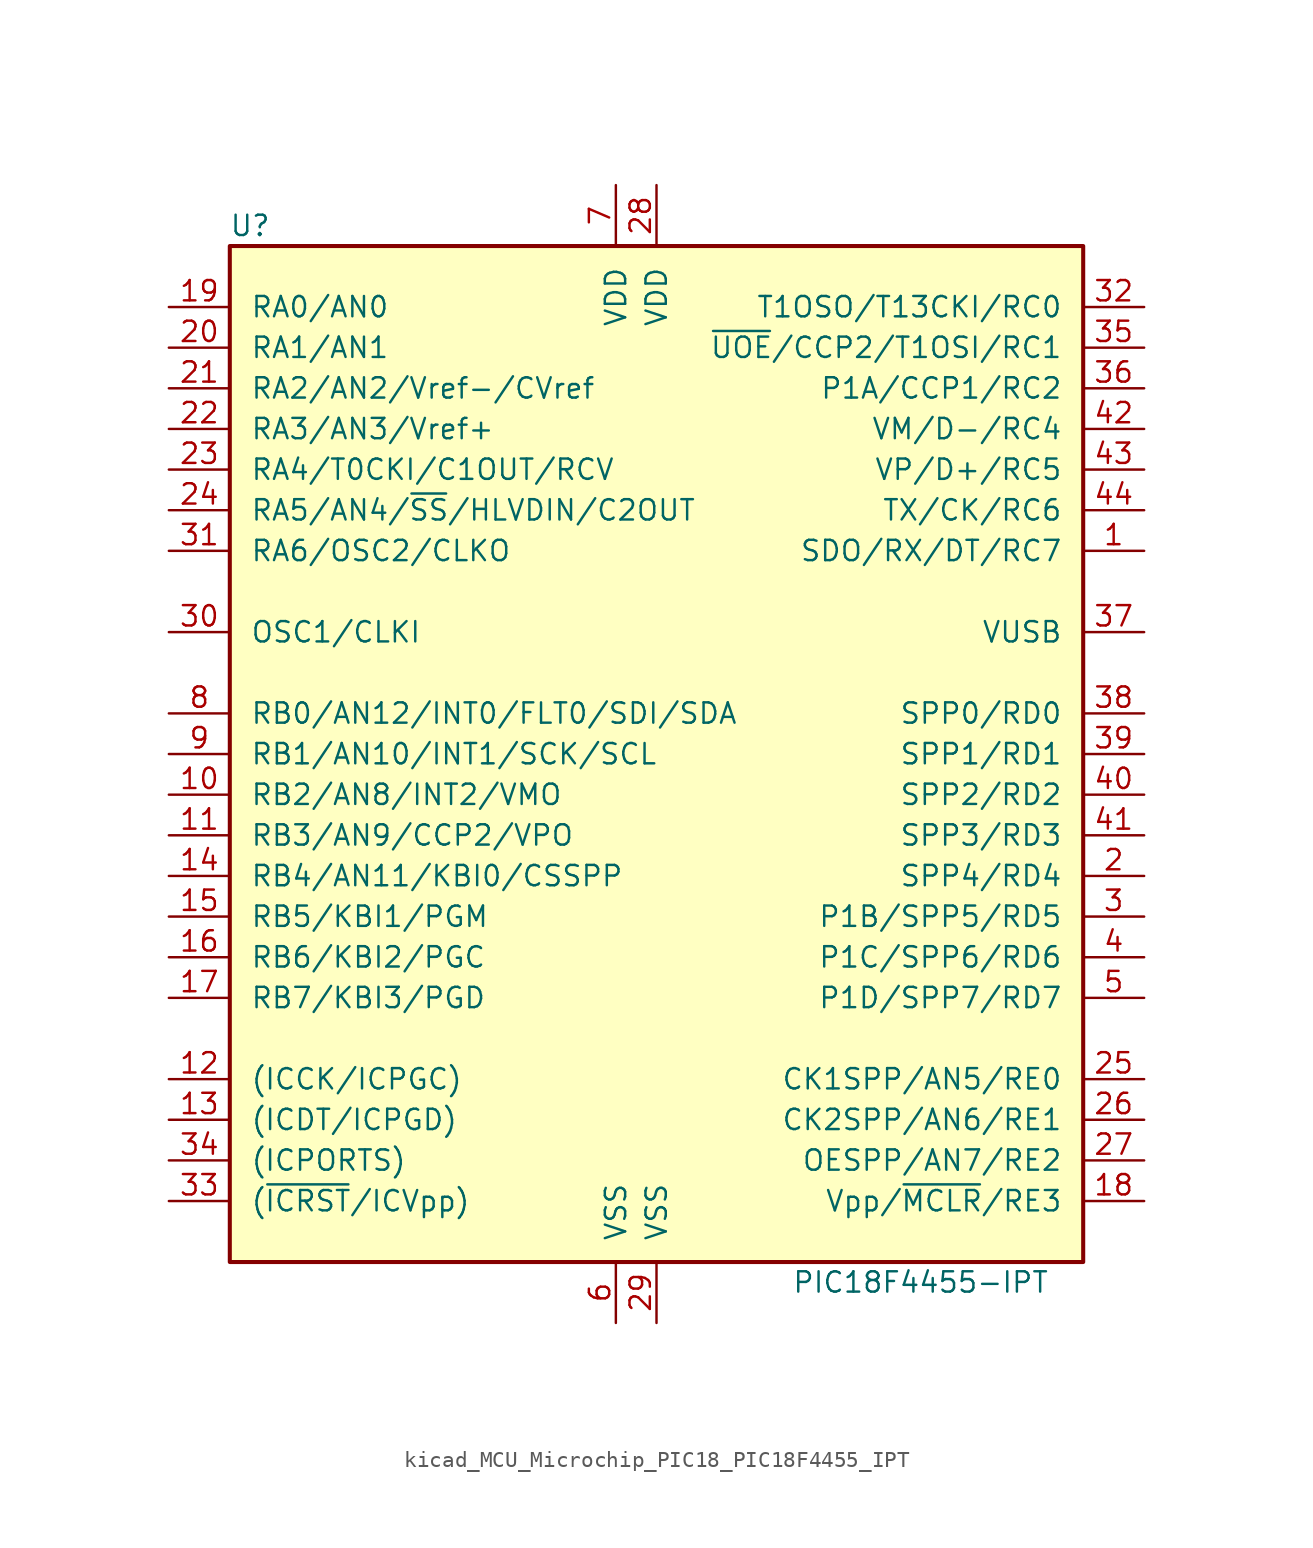
<source format=kicad_sym>
(kicad_symbol_lib
  (version 20220914)
  (generator kicad_symbol_editor)
  (symbol "kicad_MCU_Microchip_PIC18_PIC18F4455_IPT"
    (pin_names
      (offset 1.27))
    (property "Reference" "U"
      (at -25.4 33.02 0)
      (effects (font (size 1.27 1.27))))
    (property "Value" "PIC18F4455-IPT"
      (at 16.51 -33.02 0)
      (effects (font (size 1.27 1.27))))
    (symbol "kicad_MCU_Microchip_PIC18_PIC18F4455_IPT_0_1"
      (rectangle (start -26.67 31.75) (end 26.67 -31.75) (stroke (width 0.254) (type default)) (fill (type background))))
    (symbol "kicad_MCU_Microchip_PIC18_PIC18F4455_IPT_1_1"
      (pin bidirectional line (at 30.48 12.7 180) (length 3.81) (name "SDO/RX/DT/RC7" (effects (font (size 1.27 1.27)))) (number "1" (effects (font (size 1.27 1.27)))))
      (pin bidirectional line (at -30.48 -2.54 0) (length 3.81) (name "RB2/AN8/INT2/VMO" (effects (font (size 1.27 1.27)))) (number "10" (effects (font (size 1.27 1.27)))))
      (pin bidirectional line (at -30.48 -5.08 0) (length 3.81) (name "RB3/AN9/CCP2/VPO" (effects (font (size 1.27 1.27)))) (number "11" (effects (font (size 1.27 1.27)))))
      (pin bidirectional line (at -30.48 -20.32 0) (length 3.81) (name "(ICCK/ICPGC)" (effects (font (size 1.27 1.27)))) (number "12" (effects (font (size 1.27 1.27)))))
      (pin bidirectional line (at -30.48 -22.86 0) (length 3.81) (name "(ICDT/ICPGD)" (effects (font (size 1.27 1.27)))) (number "13" (effects (font (size 1.27 1.27)))))
      (pin bidirectional line (at -30.48 -7.62 0) (length 3.81) (name "RB4/AN11/KBI0/CSSPP" (effects (font (size 1.27 1.27)))) (number "14" (effects (font (size 1.27 1.27)))))
      (pin bidirectional line (at -30.48 -10.16 0) (length 3.81) (name "RB5/KBI1/PGM" (effects (font (size 1.27 1.27)))) (number "15" (effects (font (size 1.27 1.27)))))
      (pin bidirectional line (at -30.48 -12.7 0) (length 3.81) (name "RB6/KBI2/PGC" (effects (font (size 1.27 1.27)))) (number "16" (effects (font (size 1.27 1.27)))))
      (pin bidirectional line (at -30.48 -15.24 0) (length 3.81) (name "RB7/KBI3/PGD" (effects (font (size 1.27 1.27)))) (number "17" (effects (font (size 1.27 1.27)))))
      (pin input line (at 30.48 -27.94 180) (length 3.81) (name "Vpp/~{MCLR}/RE3" (effects (font (size 1.27 1.27)))) (number "18" (effects (font (size 1.27 1.27)))))
      (pin bidirectional line (at -30.48 27.94 0) (length 3.81) (name "RA0/AN0" (effects (font (size 1.27 1.27)))) (number "19" (effects (font (size 1.27 1.27)))))
      (pin bidirectional line (at 30.48 -7.62 180) (length 3.81) (name "SPP4/RD4" (effects (font (size 1.27 1.27)))) (number "2" (effects (font (size 1.27 1.27)))))
      (pin bidirectional line (at -30.48 25.4 0) (length 3.81) (name "RA1/AN1" (effects (font (size 1.27 1.27)))) (number "20" (effects (font (size 1.27 1.27)))))
      (pin bidirectional line (at -30.48 22.86 0) (length 3.81) (name "RA2/AN2/Vref-/CVref" (effects (font (size 1.27 1.27)))) (number "21" (effects (font (size 1.27 1.27)))))
      (pin bidirectional line (at -30.48 20.32 0) (length 3.81) (name "RA3/AN3/Vref+" (effects (font (size 1.27 1.27)))) (number "22" (effects (font (size 1.27 1.27)))))
      (pin bidirectional line (at -30.48 17.78 0) (length 3.81) (name "RA4/T0CKI/C1OUT/RCV" (effects (font (size 1.27 1.27)))) (number "23" (effects (font (size 1.27 1.27)))))
      (pin bidirectional line (at -30.48 15.24 0) (length 3.81) (name "RA5/AN4/~{SS}/HLVDIN/C2OUT" (effects (font (size 1.27 1.27)))) (number "24" (effects (font (size 1.27 1.27)))))
      (pin bidirectional line (at 30.48 -20.32 180) (length 3.81) (name "CK1SPP/AN5/RE0" (effects (font (size 1.27 1.27)))) (number "25" (effects (font (size 1.27 1.27)))))
      (pin bidirectional line (at 30.48 -22.86 180) (length 3.81) (name "CK2SPP/AN6/RE1" (effects (font (size 1.27 1.27)))) (number "26" (effects (font (size 1.27 1.27)))))
      (pin bidirectional line (at 30.48 -25.4 180) (length 3.81) (name "OESPP/AN7/RE2" (effects (font (size 1.27 1.27)))) (number "27" (effects (font (size 1.27 1.27)))))
      (pin power_in line (at 0 35.56 270) (length 3.81) (name "VDD" (effects (font (size 1.27 1.27)))) (number "28" (effects (font (size 1.27 1.27)))))
      (pin power_in line (at 0 -35.56 90) (length 3.81) (name "VSS" (effects (font (size 1.27 1.27)))) (number "29" (effects (font (size 1.27 1.27)))))
      (pin bidirectional line (at 30.48 -10.16 180) (length 3.81) (name "P1B/SPP5/RD5" (effects (font (size 1.27 1.27)))) (number "3" (effects (font (size 1.27 1.27)))))
      (pin input line (at -30.48 7.62 0) (length 3.81) (name "OSC1/CLKI" (effects (font (size 1.27 1.27)))) (number "30" (effects (font (size 1.27 1.27)))))
      (pin output line (at -30.48 12.7 0) (length 3.81) (name "RA6/OSC2/CLKO" (effects (font (size 1.27 1.27)))) (number "31" (effects (font (size 1.27 1.27)))))
      (pin bidirectional line (at 30.48 27.94 180) (length 3.81) (name "T1OSO/T13CKI/RC0" (effects (font (size 1.27 1.27)))) (number "32" (effects (font (size 1.27 1.27)))))
      (pin input line (at -30.48 -27.94 0) (length 3.81) (name "(~{ICRST}/ICVpp)" (effects (font (size 1.27 1.27)))) (number "33" (effects (font (size 1.27 1.27)))))
      (pin bidirectional line (at -30.48 -25.4 0) (length 3.81) (name "(ICPORTS)" (effects (font (size 1.27 1.27)))) (number "34" (effects (font (size 1.27 1.27)))))
      (pin bidirectional line (at 30.48 25.4 180) (length 3.81) (name "~{UOE}/CCP2/T1OSI/RC1" (effects (font (size 1.27 1.27)))) (number "35" (effects (font (size 1.27 1.27)))))
      (pin bidirectional line (at 30.48 22.86 180) (length 3.81) (name "P1A/CCP1/RC2" (effects (font (size 1.27 1.27)))) (number "36" (effects (font (size 1.27 1.27)))))
      (pin bidirectional line (at 30.48 7.62 180) (length 3.81) (name "VUSB" (effects (font (size 1.27 1.27)))) (number "37" (effects (font (size 1.27 1.27)))))
      (pin bidirectional line (at 30.48 2.54 180) (length 3.81) (name "SPP0/RD0" (effects (font (size 1.27 1.27)))) (number "38" (effects (font (size 1.27 1.27)))))
      (pin bidirectional line (at 30.48 0 180) (length 3.81) (name "SPP1/RD1" (effects (font (size 1.27 1.27)))) (number "39" (effects (font (size 1.27 1.27)))))
      (pin bidirectional line (at 30.48 -12.7 180) (length 3.81) (name "P1C/SPP6/RD6" (effects (font (size 1.27 1.27)))) (number "4" (effects (font (size 1.27 1.27)))))
      (pin bidirectional line (at 30.48 -2.54 180) (length 3.81) (name "SPP2/RD2" (effects (font (size 1.27 1.27)))) (number "40" (effects (font (size 1.27 1.27)))))
      (pin bidirectional line (at 30.48 -5.08 180) (length 3.81) (name "SPP3/RD3" (effects (font (size 1.27 1.27)))) (number "41" (effects (font (size 1.27 1.27)))))
      (pin bidirectional line (at 30.48 20.32 180) (length 3.81) (name "VM/D-/RC4" (effects (font (size 1.27 1.27)))) (number "42" (effects (font (size 1.27 1.27)))))
      (pin bidirectional line (at 30.48 17.78 180) (length 3.81) (name "VP/D+/RC5" (effects (font (size 1.27 1.27)))) (number "43" (effects (font (size 1.27 1.27)))))
      (pin bidirectional line (at 30.48 15.24 180) (length 3.81) (name "TX/CK/RC6" (effects (font (size 1.27 1.27)))) (number "44" (effects (font (size 1.27 1.27)))))
      (pin bidirectional line (at 30.48 -15.24 180) (length 3.81) (name "P1D/SPP7/RD7" (effects (font (size 1.27 1.27)))) (number "5" (effects (font (size 1.27 1.27)))))
      (pin power_in line (at -2.54 -35.56 90) (length 3.81) (name "VSS" (effects (font (size 1.27 1.27)))) (number "6" (effects (font (size 1.27 1.27)))))
      (pin power_in line (at -2.54 35.56 270) (length 3.81) (name "VDD" (effects (font (size 1.27 1.27)))) (number "7" (effects (font (size 1.27 1.27)))))
      (pin bidirectional line (at -30.48 2.54 0) (length 3.81) (name "RB0/AN12/INT0/FLT0/SDI/SDA" (effects (font (size 1.27 1.27)))) (number "8" (effects (font (size 1.27 1.27)))))
      (pin bidirectional line (at -30.48 0 0) (length 3.81) (name "RB1/AN10/INT1/SCK/SCL" (effects (font (size 1.27 1.27)))) (number "9" (effects (font (size 1.27 1.27))))))))
</source>
